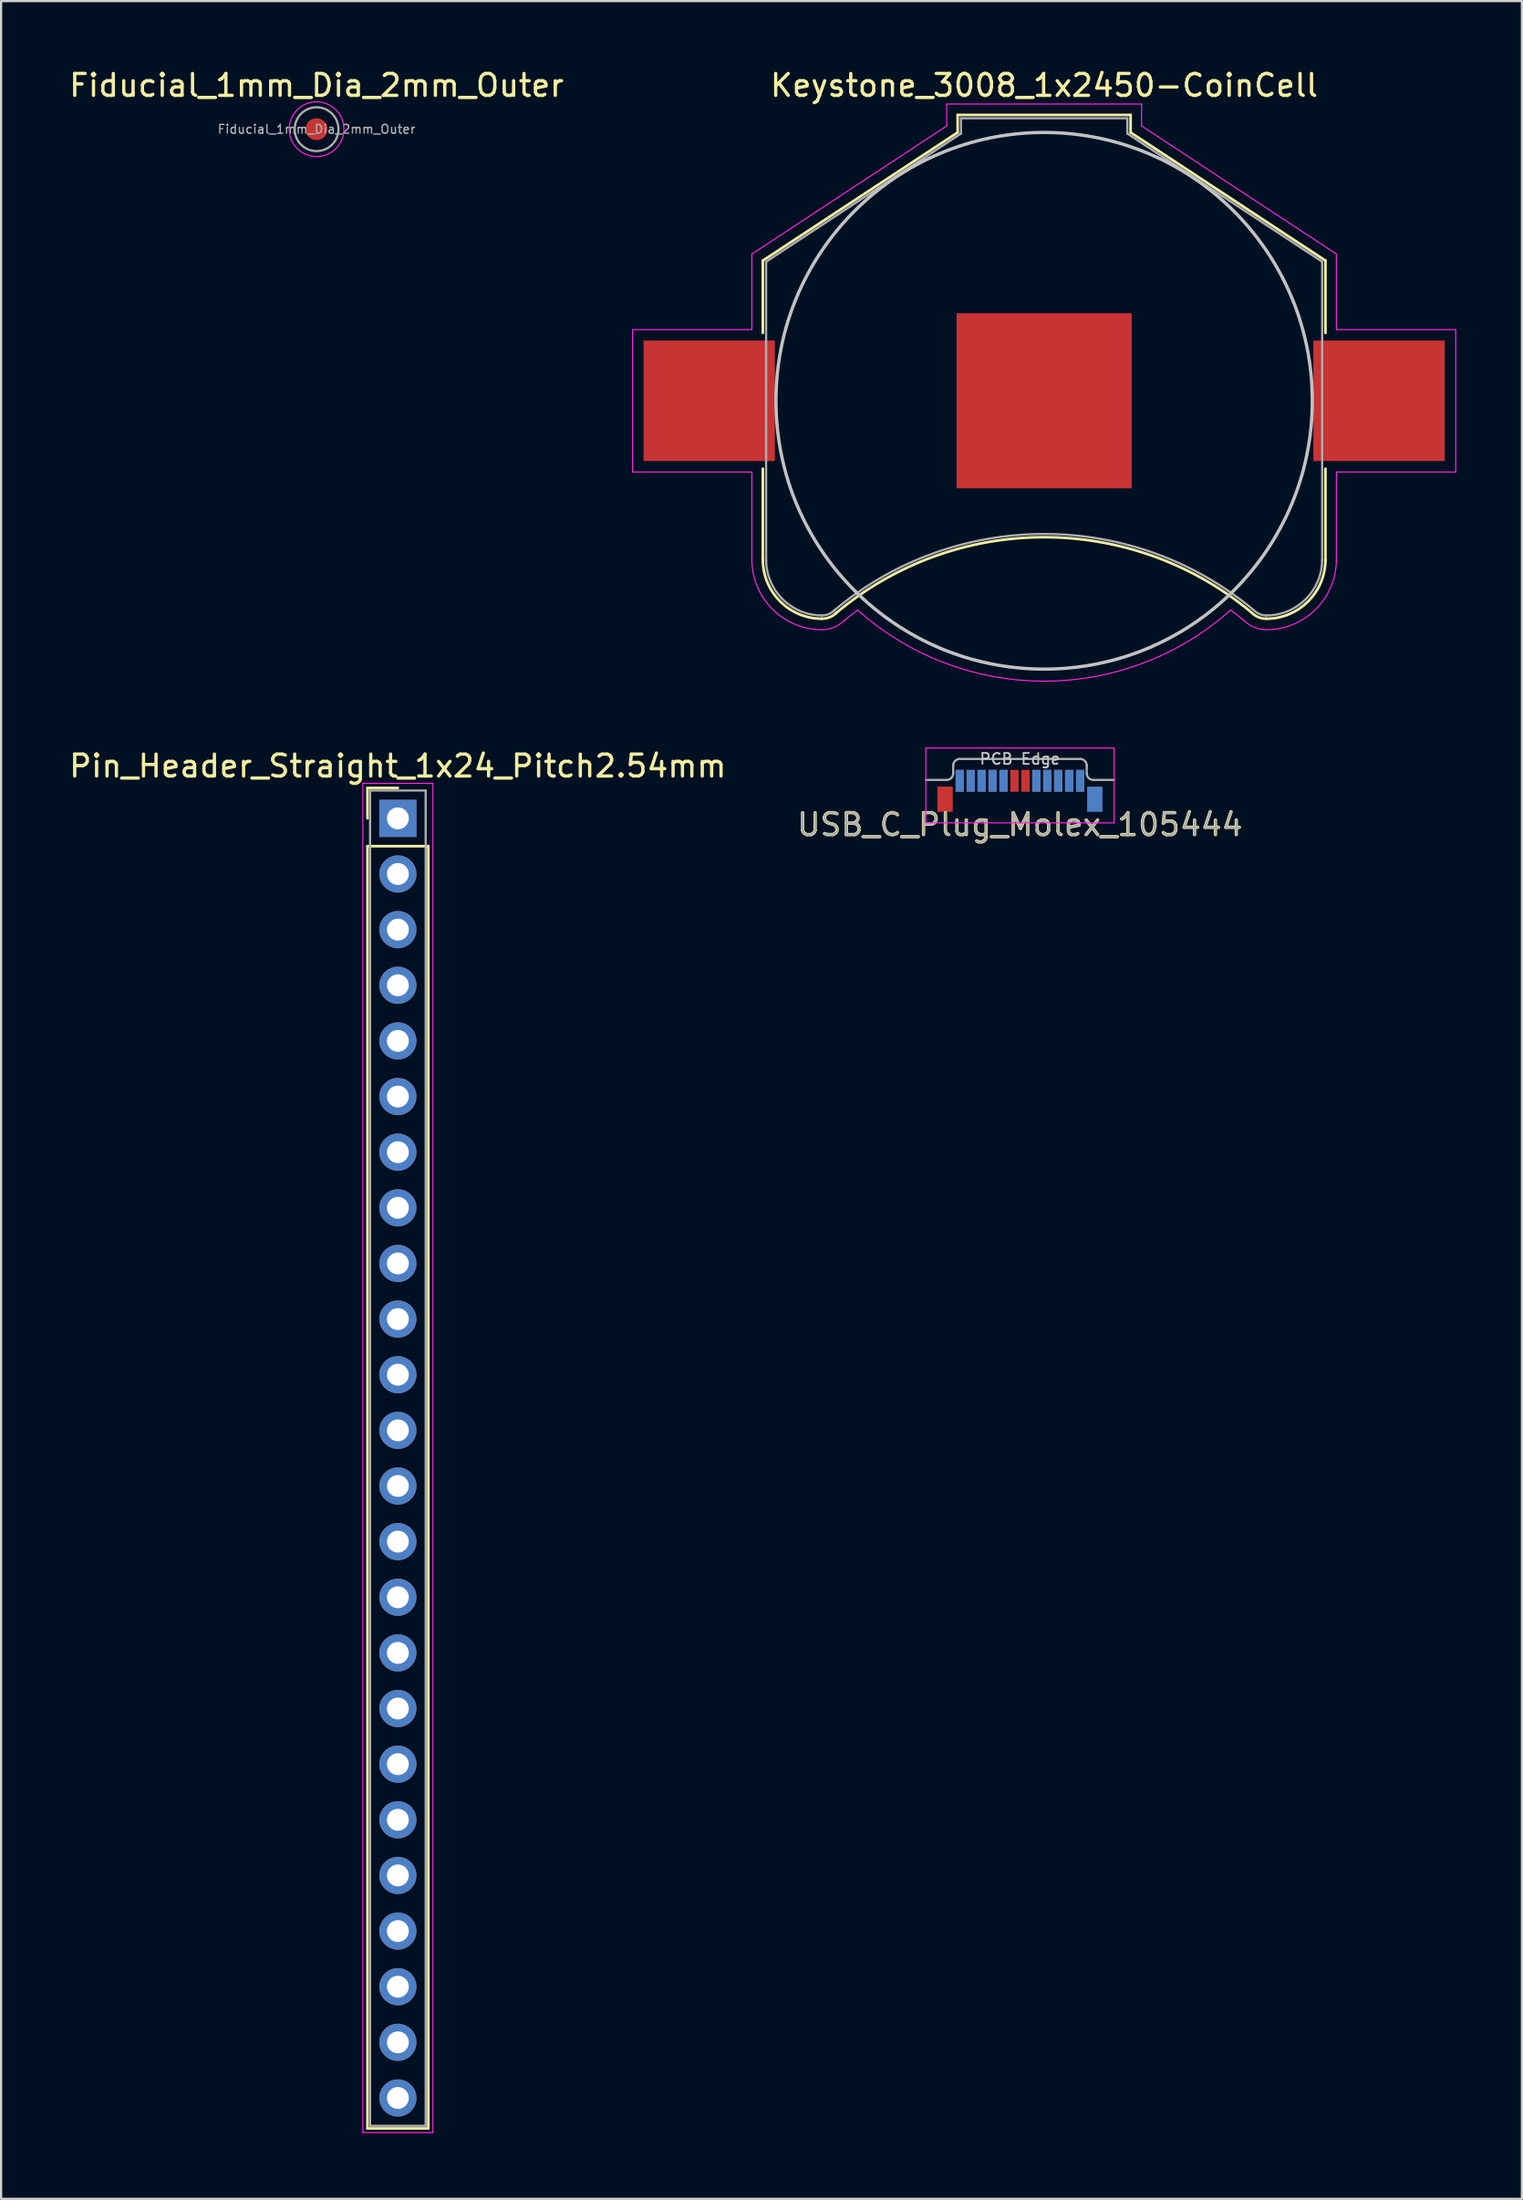
<source format=kicad_pcb>
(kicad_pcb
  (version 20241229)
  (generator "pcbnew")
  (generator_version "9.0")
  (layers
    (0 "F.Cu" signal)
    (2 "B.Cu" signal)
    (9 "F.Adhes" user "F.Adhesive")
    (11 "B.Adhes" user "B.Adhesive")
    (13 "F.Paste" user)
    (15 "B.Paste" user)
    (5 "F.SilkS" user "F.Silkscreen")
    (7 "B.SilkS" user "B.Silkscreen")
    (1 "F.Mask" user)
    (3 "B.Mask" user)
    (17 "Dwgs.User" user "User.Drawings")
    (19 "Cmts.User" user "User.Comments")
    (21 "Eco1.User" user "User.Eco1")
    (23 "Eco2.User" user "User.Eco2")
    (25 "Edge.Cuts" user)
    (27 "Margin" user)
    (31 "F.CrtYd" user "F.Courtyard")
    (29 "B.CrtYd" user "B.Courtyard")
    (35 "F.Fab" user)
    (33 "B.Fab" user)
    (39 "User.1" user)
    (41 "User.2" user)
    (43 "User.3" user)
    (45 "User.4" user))
  (footprint "USB_C_Plug_Molex_105444"
    (layer "F.Cu")
    (at 43.542 32.558)
    (property "Reference" "USB_C_Plug_Molex_105444" (at 0 2.04 0) (layer "F.SilkS") (effects (font (size 1 1) (thickness 0.15))))
    (attr smd)
    (fp_line (start -4.3 1.96) (end -4.3 -1.46) (stroke (width 0.05) (type solid)) (layer "F.CrtYd"))
    (fp_line (start 4.3 -1.46) (end -4.3 -1.46) (stroke (width 0.05) (type solid)) (layer "F.CrtYd"))
    (fp_line (start 4.3 1.96) (end -4.3 1.96) (stroke (width 0.05) (type solid)) (layer "F.CrtYd"))
    (fp_line (start 4.3 1.96) (end 4.3 -1.46) (stroke (width 0.05) (type solid)) (layer "F.CrtYd"))
    (fp_line (start -3.35 0) (end -4.3 0) (stroke (width 0.1) (type solid)) (layer "F.Fab"))
    (fp_line (start -3.05 -0.66) (end -3.05 -0.3) (stroke (width 0.1) (type solid)) (layer "F.Fab"))
    (fp_line (start -2.75 -0.96) (end 2.75 -0.96) (stroke (width 0.1) (type solid)) (layer "F.Fab"))
    (fp_line (start 3.05 -0.66) (end 3.05 -0.3) (stroke (width 0.1) (type solid)) (layer "F.Fab"))
    (fp_line (start 3.35 0) (end 4.3 0) (stroke (width 0.1) (type solid)) (layer "F.Fab"))
    (fp_arc (start -3.05 -0.66) (mid -2.962132 -0.872132) (end -2.75 -0.96) (stroke (width 0.1) (type solid)) (layer "F.Fab"))
    (fp_arc (start -3.05 -0.3) (mid -3.137868 -0.087868) (end -3.35 0) (stroke (width 0.1) (type solid)) (layer "F.Fab"))
    (fp_arc (start 2.75 -0.96) (mid 2.962132 -0.872132) (end 3.05 -0.66) (stroke (width 0.1) (type solid)) (layer "F.Fab"))
    (fp_arc (start 3.35 0) (mid 3.137868 -0.087868) (end 3.05 -0.3) (stroke (width 0.1) (type solid)) (layer "F.Fab"))
    (fp_text user "PCB Edge" (at 0 -0.96 0) (layer "Dwgs.User") (effects (font (size 0.5 0.5) (thickness 0.08))))
    (fp_text user "${REFERENCE}" (at 0 2.04 0) (layer "F.Fab") (effects (font (size 1 1) (thickness 0.1))))
    (pad "A1" smd rect (at -2.75 0.04) (size 0.38 1) (layers "F.Cu" "F.Mask" "F.Paste"))
    (pad "A2" smd rect (at -2.25 0.04) (size 0.38 1) (layers "F.Cu" "F.Mask" "F.Paste"))
    (pad "A3" smd rect (at -1.75 0.04) (size 0.38 1) (layers "F.Cu" "F.Mask" "F.Paste"))
    (pad "A4" smd rect (at -1.25 0.04) (size 0.38 1) (layers "F.Cu" "F.Mask" "F.Paste"))
    (pad "A5" smd rect (at -0.75 0.04) (size 0.38 1) (layers "F.Cu" "F.Mask" "F.Paste"))
    (pad "A6" smd rect (at -0.25 0.04) (size 0.38 1) (layers "F.Cu" "F.Mask" "F.Paste"))
    (pad "A7" smd rect (at 0.25 0.04) (size 0.38 1) (layers "F.Cu" "F.Mask" "F.Paste"))
    (pad "A8" smd rect (at 0.75 0.04) (size 0.38 1) (layers "F.Cu" "F.Mask" "F.Paste"))
    (pad "A9" smd rect (at 1.25 0.04) (size 0.38 1) (layers "F.Cu" "F.Mask" "F.Paste"))
    (pad "A10" smd rect (at 1.75 0.04) (size 0.38 1) (layers "F.Cu" "F.Mask" "F.Paste"))
    (pad "A11" smd rect (at 2.25 0.04) (size 0.38 1) (layers "F.Cu" "F.Mask" "F.Paste"))
    (pad "A12" smd rect (at 2.75 0.04) (size 0.38 1) (layers "F.Cu" "F.Mask" "F.Paste"))
    (pad "B1" smd rect (at 2.75 0.04) (size 0.38 1) (layers "B.Cu" "B.Mask" "B.Paste"))
    (pad "B2" smd rect (at 2.25 0.04) (size 0.38 1) (layers "B.Cu" "B.Mask" "B.Paste"))
    (pad "B3" smd rect (at 1.75 0.04) (size 0.38 1) (layers "B.Cu" "B.Mask" "B.Paste"))
    (pad "B4" smd rect (at 1.25 0.04) (size 0.38 1) (layers "B.Cu" "B.Mask" "B.Paste"))
    (pad "B5" smd rect (at 0.75 0.04) (size 0.38 1) (layers "B.Cu" "B.Mask" "B.Paste"))
    (pad "B8" smd rect (at -0.75 0.04) (size 0.38 1) (layers "B.Cu" "B.Mask" "B.Paste"))
    (pad "B9" smd rect (at -1.25 0.04) (size 0.38 1) (layers "B.Cu" "B.Mask" "B.Paste"))
    (pad "B10" smd rect (at -1.75 0.04) (size 0.38 1) (layers "B.Cu" "B.Mask" "B.Paste"))
    (pad "B11" smd rect (at -2.25 0.04) (size 0.38 1) (layers "B.Cu" "B.Mask" "B.Paste"))
    (pad "B12" smd rect (at -2.75 0.04) (size 0.38 1) (layers "B.Cu" "B.Mask" "B.Paste"))
    (pad "S1" smd rect (at -3.42 0.88) (size 0.7 1.15) (layers "F.Cu" "F.Mask" "F.Paste"))
    (pad "S1" smd rect (at 3.42 0.88) (size 0.7 1.15) (layers "B.Cu" "B.Mask" "B.Paste")))
  (footprint "Keystone_3008_1x2450-CoinCell"
    (layer "F.Cu")
    (at 44.646 15.248)
    (property "Reference" "Keystone_3008_1x2450-CoinCell" (at 0 -14.4 0) (layer "F.SilkS") (effects (font (size 1 1) (thickness 0.15))))
    (attr smd)
    (fp_line (start -12.85 -6.4) (end -12.85 -3.1) (stroke (width 0.12) (type solid)) (layer "F.SilkS"))
    (fp_line (start -12.85 3.1) (end -12.85 7.3) (stroke (width 0.12) (type solid)) (layer "F.SilkS"))
    (fp_line (start -3.95 -13.05) (end -3.95 -12.25) (stroke (width 0.12) (type solid)) (layer "F.SilkS"))
    (fp_line (start -3.95 -13.05) (end 3.95 -13.05) (stroke (width 0.12) (type solid)) (layer "F.SilkS"))
    (fp_line (start -3.95 -12.25) (end -12.85 -6.4) (stroke (width 0.12) (type solid)) (layer "F.SilkS"))
    (fp_line (start 3.95 -13.05) (end 3.95 -12.25) (stroke (width 0.12) (type solid)) (layer "F.SilkS"))
    (fp_line (start 3.95 -12.25) (end 12.85 -6.4) (stroke (width 0.12) (type solid)) (layer "F.SilkS"))
    (fp_line (start 12.85 -6.4) (end 12.85 -3.1) (stroke (width 0.12) (type solid)) (layer "F.SilkS"))
    (fp_line (start 12.85 3.1) (end 12.85 7.3) (stroke (width 0.12) (type solid)) (layer "F.SilkS"))
    (fp_arc (start -10.15 9.95) (mid -12.059188 9.159188) (end -12.85 7.25) (stroke (width 0.12) (type solid)) (layer "F.SilkS"))
    (fp_arc (start -9.55 9.73) (mid -0.071508 6.228057) (end 9.440443 9.638071) (stroke (width 0.12) (type solid)) (layer "F.SilkS"))
    (fp_arc (start -9.478249 9.671751) (mid -9.786451 9.877685) (end -10.15 9.95) (stroke (width 0.12) (type solid)) (layer "F.SilkS"))
    (fp_arc (start 10.15 9.95) (mid 9.786451 9.877686) (end 9.478249 9.671751) (stroke (width 0.12) (type solid)) (layer "F.SilkS"))
    (fp_arc (start 12.85 7.25) (mid 12.059188 9.159188) (end 10.15 9.95) (stroke (width 0.12) (type solid)) (layer "F.SilkS"))
    (fp_circle (center 0 0) (end 12.25 0) (stroke (width 0.15) (type solid)) (fill no) (layer "Dwgs.User"))
    (fp_line (start -18.8 -3.25) (end -18.8 3.25) (stroke (width 0.05) (type solid)) (layer "F.CrtYd"))
    (fp_line (start -18.8 3.25) (end -13.35 3.25) (stroke (width 0.05) (type solid)) (layer "F.CrtYd"))
    (fp_line (start -13.35 -6.7) (end -13.35 -3.25) (stroke (width 0.05) (type solid)) (layer "F.CrtYd"))
    (fp_line (start -13.35 -3.25) (end -18.8 -3.25) (stroke (width 0.05) (type solid)) (layer "F.CrtYd"))
    (fp_line (start -13.35 3.25) (end -13.35 7.3) (stroke (width 0.05) (type solid)) (layer "F.CrtYd"))
    (fp_line (start -4.45 -13.55) (end -4.45 -12.55) (stroke (width 0.05) (type solid)) (layer "F.CrtYd"))
    (fp_line (start -4.45 -13.55) (end 4.45 -13.55) (stroke (width 0.05) (type solid)) (layer "F.CrtYd"))
    (fp_line (start -4.45 -12.55) (end -13.35 -6.7) (stroke (width 0.05) (type solid)) (layer "F.CrtYd"))
    (fp_line (start 4.45 -13.55) (end 4.45 -12.55) (stroke (width 0.05) (type solid)) (layer "F.CrtYd"))
    (fp_line (start 4.45 -12.55) (end 13.35 -6.7) (stroke (width 0.05) (type solid)) (layer "F.CrtYd"))
    (fp_line (start 13.35 -6.7) (end 13.35 -3.25) (stroke (width 0.05) (type solid)) (layer "F.CrtYd"))
    (fp_line (start 13.35 -3.25) (end 18.8 -3.25) (stroke (width 0.05) (type solid)) (layer "F.CrtYd"))
    (fp_line (start 13.35 3.25) (end 13.35 7.3) (stroke (width 0.05) (type solid)) (layer "F.CrtYd"))
    (fp_line (start 18.8 -3.25) (end 18.8 3.25) (stroke (width 0.05) (type solid)) (layer "F.CrtYd"))
    (fp_line (start 18.8 3.25) (end 13.35 3.25) (stroke (width 0.05) (type solid)) (layer "F.CrtYd"))
    (fp_arc (start -10.15 10.45) (mid -12.412742 9.512742) (end -13.35 7.25) (stroke (width 0.05) (type solid)) (layer "F.CrtYd"))
    (fp_arc (start -9.15 10.05) (mid -8.840691 9.798786) (end -8.524488 9.556307) (stroke (width 0.05) (type solid)) (layer "F.CrtYd"))
    (fp_arc (start -9.124695 10.025305) (mid -9.595109 10.339626) (end -10.15 10.45) (stroke (width 0.05) (type solid)) (layer "F.CrtYd"))
    (fp_arc (start 0 12.8) (mid -4.55581 11.961797) (end -8.514949 9.556969) (stroke (width 0.05) (type solid)) (layer "F.CrtYd"))
    (fp_arc (start 8.514949 9.556969) (mid 4.55581 11.961798) (end 0 12.8) (stroke (width 0.05) (type solid)) (layer "F.CrtYd"))
    (fp_arc (start 8.524488 9.556307) (mid 8.840691 9.798786) (end 9.15 10.05) (stroke (width 0.05) (type solid)) (layer "F.CrtYd"))
    (fp_arc (start 10.15 10.45) (mid 9.595109 10.339625) (end 9.124695 10.025305) (stroke (width 0.05) (type solid)) (layer "F.CrtYd"))
    (fp_arc (start 13.35 7.25) (mid 12.412742 9.512742) (end 10.15 10.45) (stroke (width 0.05) (type solid)) (layer "F.CrtYd"))
    (fp_line (start -12.7 -6.35) (end -12.7 7.3) (stroke (width 0.1) (type solid)) (layer "F.Fab"))
    (fp_line (start -3.8 -12.9) (end -3.8 -12.2) (stroke (width 0.1) (type solid)) (layer "F.Fab"))
    (fp_line (start -3.8 -12.9) (end 3.8 -12.9) (stroke (width 0.1) (type solid)) (layer "F.Fab"))
    (fp_line (start -3.8 -12.2) (end -12.7 -6.35) (stroke (width 0.1) (type solid)) (layer "F.Fab"))
    (fp_line (start 3.8 -12.9) (end 3.8 -12.2) (stroke (width 0.1) (type solid)) (layer "F.Fab"))
    (fp_line (start 3.8 -12.2) (end 12.7 -6.35) (stroke (width 0.1) (type solid)) (layer "F.Fab"))
    (fp_line (start 12.7 -6.35) (end 12.7 7.3) (stroke (width 0.1) (type solid)) (layer "F.Fab"))
    (fp_arc (start -10.15 9.8) (mid -11.953122 9.053122) (end -12.7 7.25) (stroke (width 0.1) (type solid)) (layer "F.Fab"))
    (fp_arc (start -9.6 9.58) (mid -0.013392 6.081011) (end 9.579482 9.562783) (stroke (width 0.1) (type solid)) (layer "F.Fab"))
    (fp_arc (start -9.584315 9.565685) (mid -9.843853 9.739103) (end -10.15 9.8) (stroke (width 0.1) (type solid)) (layer "F.Fab"))
    (fp_arc (start 10.15 9.8) (mid 9.843853 9.739104) (end 9.584315 9.565685) (stroke (width 0.1) (type solid)) (layer "F.Fab"))
    (fp_arc (start 12.7 7.25) (mid 11.953122 9.053122) (end 10.15 9.8) (stroke (width 0.1) (type solid)) (layer "F.Fab"))
    (pad "1" smd rect (at -15.3 0) (size 6 5.5) (layers "F.Cu" "F.Mask" "F.Paste"))
    (pad "1" smd rect (at 15.3 0) (size 6 5.5) (layers "F.Cu" "F.Mask" "F.Paste"))
    (pad "2" smd rect (at 0 0) (size 8 8) (layers "F.Cu" "F.Mask")))
  (footprint "Fiducial_1mm_Dia_2mm_Outer"
    (layer "F.Cu")
    (at 11.411 2.848)
    (property "Reference" "Fiducial_1mm_Dia_2mm_Outer" (at 0 -2 0) (layer "F.SilkS") (effects (font (size 1 1) (thickness 0.15))))
    (attr exclude_from_pos_files exclude_from_bom)
    (fp_circle (center 0 0) (end 1.25 0) (stroke (width 0.05) (type solid)) (fill no) (layer "F.CrtYd"))
    (fp_circle (center 0 0) (end 1 0) (stroke (width 0.1) (type solid)) (fill no) (layer "F.Fab"))
    (fp_text user "${REFERENCE}" (at 0 0 0) (layer "F.Fab") (effects (font (size 0.4 0.4) (thickness 0.06))))
    (pad "~" smd circle (at 0 0) (size 1 1) (layers "F.Cu" "F.Mask")))
  (footprint "Pin_Header_Straight_1x24_Pitch2.54mm"
    (layer "F.Cu")
    (at 15.125 34.312)
    (property "Reference" "Pin_Header_Straight_1x24_Pitch2.54mm" (at 0 -2.39 0) (layer "F.SilkS") (effects (font (size 1 1) (thickness 0.15))))
    (attr through_hole)
    (fp_line (start -1.39 -1.39) (end 0 -1.39) (stroke (width 0.12) (type solid)) (layer "F.SilkS"))
    (fp_line (start -1.39 0) (end -1.39 -1.39) (stroke (width 0.12) (type solid)) (layer "F.SilkS"))
    (fp_line (start -1.39 1.27) (end -1.39 59.81) (stroke (width 0.12) (type solid)) (layer "F.SilkS"))
    (fp_line (start -1.39 59.81) (end 1.39 59.81) (stroke (width 0.12) (type solid)) (layer "F.SilkS"))
    (fp_line (start 1.39 1.27) (end -1.39 1.27) (stroke (width 0.12) (type solid)) (layer "F.SilkS"))
    (fp_line (start 1.39 59.81) (end 1.39 1.27) (stroke (width 0.12) (type solid)) (layer "F.SilkS"))
    (fp_line (start -1.6 -1.6) (end -1.6 60) (stroke (width 0.05) (type solid)) (layer "F.CrtYd"))
    (fp_line (start -1.6 60) (end 1.6 60) (stroke (width 0.05) (type solid)) (layer "F.CrtYd"))
    (fp_line (start 1.6 -1.6) (end -1.6 -1.6) (stroke (width 0.05) (type solid)) (layer "F.CrtYd"))
    (fp_line (start 1.6 60) (end 1.6 -1.6) (stroke (width 0.05) (type solid)) (layer "F.CrtYd"))
    (fp_line (start -1.27 -1.27) (end -1.27 59.69) (stroke (width 0.1) (type solid)) (layer "F.Fab"))
    (fp_line (start -1.27 59.69) (end 1.27 59.69) (stroke (width 0.1) (type solid)) (layer "F.Fab"))
    (fp_line (start 1.27 -1.27) (end -1.27 -1.27) (stroke (width 0.1) (type solid)) (layer "F.Fab"))
    (fp_line (start 1.27 59.69) (end 1.27 -1.27) (stroke (width 0.1) (type solid)) (layer "F.Fab"))
    (pad "1" thru_hole rect (at 0 0) (size 1.7 1.7) (drill 1) (layers "*.Cu" "*.Mask"))
    (pad "2" thru_hole oval (at 0 2.54) (size 1.7 1.7) (drill 1) (layers "*.Cu" "*.Mask"))
    (pad "3" thru_hole oval (at 0 5.08) (size 1.7 1.7) (drill 1) (layers "*.Cu" "*.Mask"))
    (pad "4" thru_hole oval (at 0 7.62) (size 1.7 1.7) (drill 1) (layers "*.Cu" "*.Mask"))
    (pad "5" thru_hole oval (at 0 10.16) (size 1.7 1.7) (drill 1) (layers "*.Cu" "*.Mask"))
    (pad "6" thru_hole oval (at 0 12.7) (size 1.7 1.7) (drill 1) (layers "*.Cu" "*.Mask"))
    (pad "7" thru_hole oval (at 0 15.24) (size 1.7 1.7) (drill 1) (layers "*.Cu" "*.Mask"))
    (pad "8" thru_hole oval (at 0 17.78) (size 1.7 1.7) (drill 1) (layers "*.Cu" "*.Mask"))
    (pad "9" thru_hole oval (at 0 20.32) (size 1.7 1.7) (drill 1) (layers "*.Cu" "*.Mask"))
    (pad "10" thru_hole oval (at 0 22.86) (size 1.7 1.7) (drill 1) (layers "*.Cu" "*.Mask"))
    (pad "11" thru_hole oval (at 0 25.4) (size 1.7 1.7) (drill 1) (layers "*.Cu" "*.Mask"))
    (pad "12" thru_hole oval (at 0 27.94) (size 1.7 1.7) (drill 1) (layers "*.Cu" "*.Mask"))
    (pad "13" thru_hole oval (at 0 30.48) (size 1.7 1.7) (drill 1) (layers "*.Cu" "*.Mask"))
    (pad "14" thru_hole oval (at 0 33.02) (size 1.7 1.7) (drill 1) (layers "*.Cu" "*.Mask"))
    (pad "15" thru_hole oval (at 0 35.56) (size 1.7 1.7) (drill 1) (layers "*.Cu" "*.Mask"))
    (pad "16" thru_hole oval (at 0 38.1) (size 1.7 1.7) (drill 1) (layers "*.Cu" "*.Mask"))
    (pad "17" thru_hole oval (at 0 40.64) (size 1.7 1.7) (drill 1) (layers "*.Cu" "*.Mask"))
    (pad "18" thru_hole oval (at 0 43.18) (size 1.7 1.7) (drill 1) (layers "*.Cu" "*.Mask"))
    (pad "19" thru_hole oval (at 0 45.72) (size 1.7 1.7) (drill 1) (layers "*.Cu" "*.Mask"))
    (pad "20" thru_hole oval (at 0 48.26) (size 1.7 1.7) (drill 1) (layers "*.Cu" "*.Mask"))
    (pad "21" thru_hole oval (at 0 50.8) (size 1.7 1.7) (drill 1) (layers "*.Cu" "*.Mask"))
    (pad "22" thru_hole oval (at 0 53.34) (size 1.7 1.7) (drill 1) (layers "*.Cu" "*.Mask"))
    (pad "23" thru_hole oval (at 0 55.88) (size 1.7 1.7) (drill 1) (layers "*.Cu" "*.Mask"))
    (pad "24" thru_hole oval (at 0 58.42) (size 1.7 1.7) (drill 1) (layers "*.Cu" "*.Mask")))
  (gr_rect
    (start -3 -3)
    (end 66.471 97.337)
    (stroke (width 0.1) (type default))
    (fill no)
    (layer "Edge.Cuts")))
</source>
